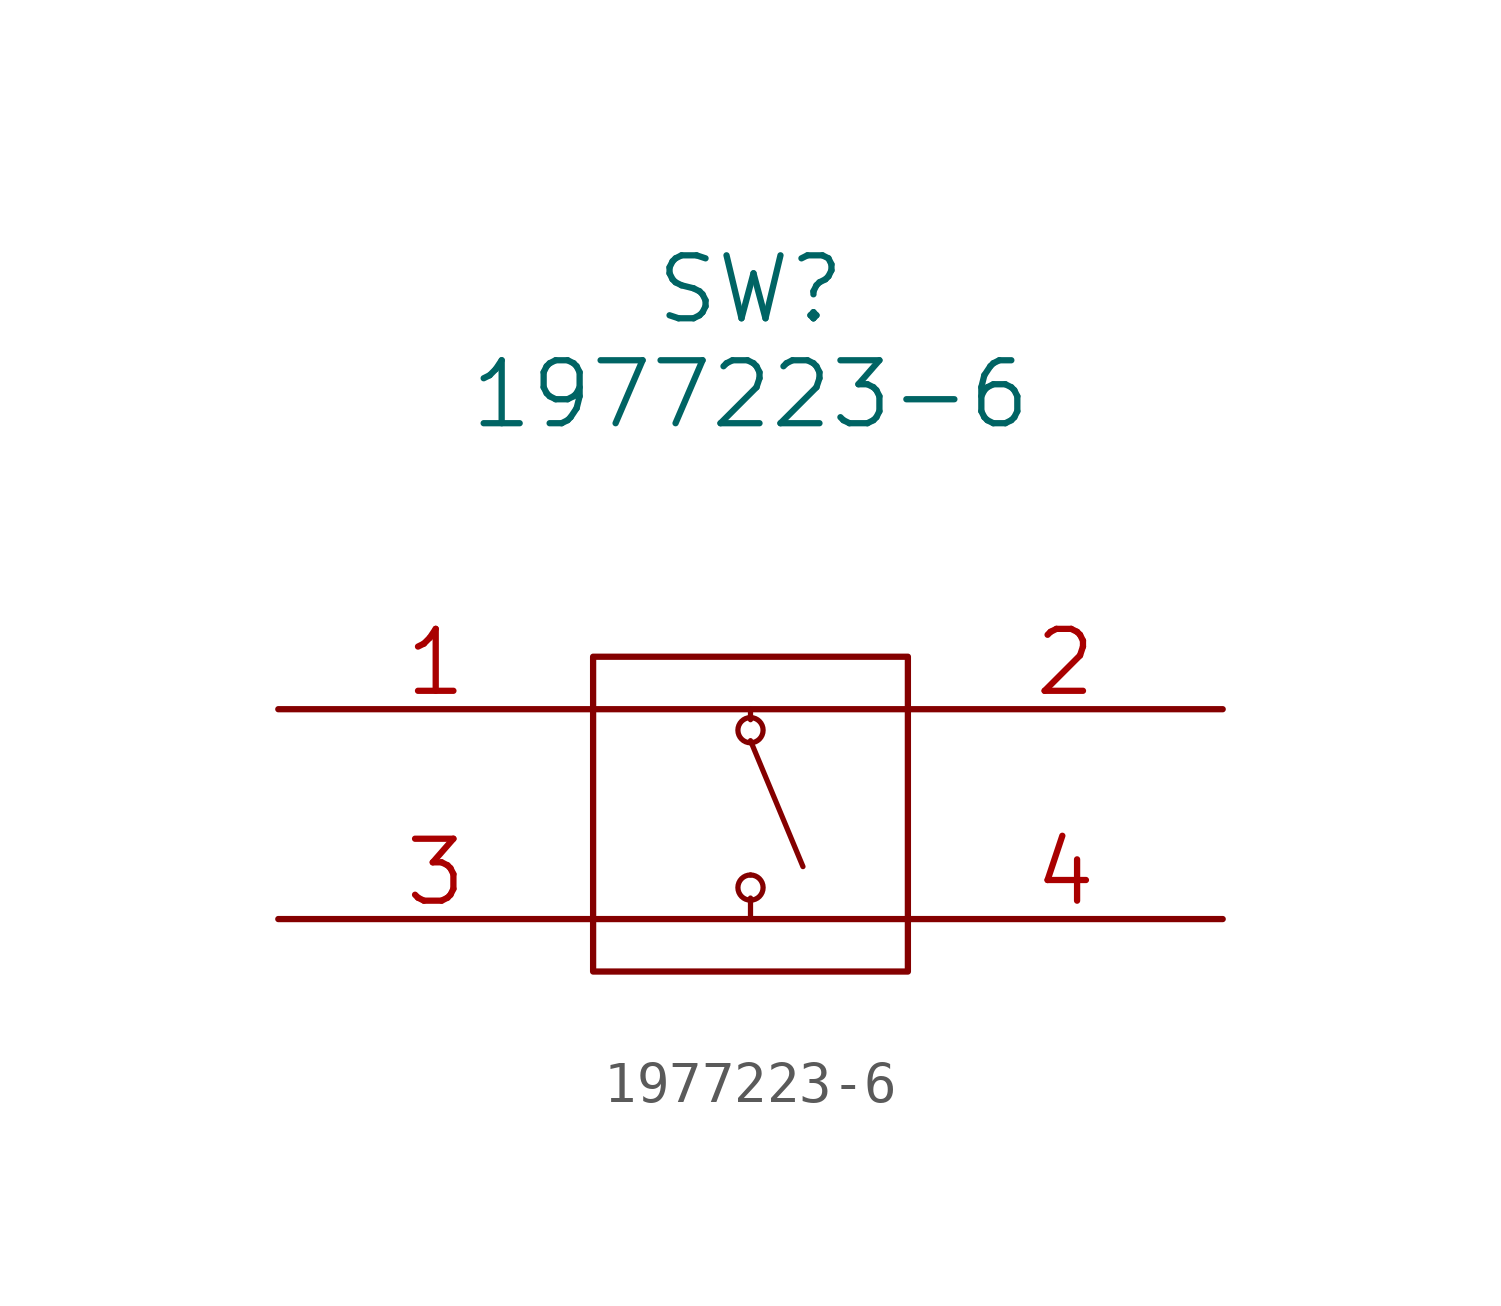
<source format=kicad_sym>
(kicad_symbol_lib
  (version 20211014)
  (generator kicad_symbol_editor)
  (symbol "1977223-6"
    (pin_names
      (offset 0.254) hide)
    (property "Reference" "SW"
      (at 20.32 10.16 0)
      (effects (font (size 1.524 1.524))))
    (property "Value" "1977223-6"
      (at 20.32 7.62 0)
      (effects (font (size 1.524 1.524))))
    (property "Datasheet" ""
      (at 8.89 0 0)
      (effects (font (size 1.524 1.524))))
    (property "ki_locked" ""
      (at 0 0 0)
      (effects (font (size 1.27 1.27))))
    (symbol "1977223-6_0_1"
      (rectangle (start 16.51 -5.08) (end 24.13 -5.08) (stroke (width 0.152) (type default) (color 0 0 0 0)) (fill (type none)))
      (rectangle (start 16.51 0) (end 24.13 0) (stroke (width 0.152) (type default) (color 0 0 0 0)) (fill (type none)))
      (rectangle (start 16.51 1.27) (end 24.13 -6.35) (stroke (width 0.152) (type default) (color 0 0 0 0)) (fill (type none))))
    (symbol "1977223-6_1_1"
      (polyline (pts (xy 20.32 -4.572) (xy 20.32 -5.08)) (stroke (width 0.127) (type default) (color 0 0 0 0)) (fill (type none)))
      (polyline (pts (xy 20.32 -0.762) (xy 21.59 -3.81)) (stroke (width 0.127) (type default) (color 0 0 0 0)) (fill (type none)))
      (polyline (pts (xy 20.32 0) (xy 20.32 -0.254)) (stroke (width 0.127) (type default) (color 0 0 0 0)) (fill (type none)))
      (circle (center 20.32 -4.318) (radius 0.305) (stroke (width 0.127) (type default) (color 0 0 0 0)) (fill (type none)))
      (arc (start 20.32 -4.0132) (mid 20.32 -4.6228) (end 20.32 -4.0132) (stroke (width 0.127) (type default) (color 0 0 0 0)) (fill (type none)))
      (arc (start 20.32 -0.8128) (mid 20.32 -0.2032) (end 20.32 -0.8128) (stroke (width 0.127) (type default) (color 0 0 0 0)) (fill (type none)))
      (circle (center 20.32 -0.508) (radius 0.305) (stroke (width 0.127) (type default) (color 0 0 0 0)) (fill (type none)))
      (pin unspecified line (at 8.89 0 0) (length 7.62) (name "1" (effects (font (size 1.499 1.499)))) (number "1" (effects (font (size 1.499 1.499)))))
      (pin unspecified line (at 31.75 0 180) (length 7.62) (name "2" (effects (font (size 1.499 1.499)))) (number "2" (effects (font (size 1.499 1.499)))))
      (pin unspecified line (at 8.89 -5.08 0) (length 7.62) (name "3" (effects (font (size 1.499 1.499)))) (number "3" (effects (font (size 1.499 1.499)))))
      (pin unspecified line (at 31.75 -5.08 180) (length 7.62) (name "4" (effects (font (size 1.499 1.499)))) (number "4" (effects (font (size 1.499 1.499))))))))
</source>
